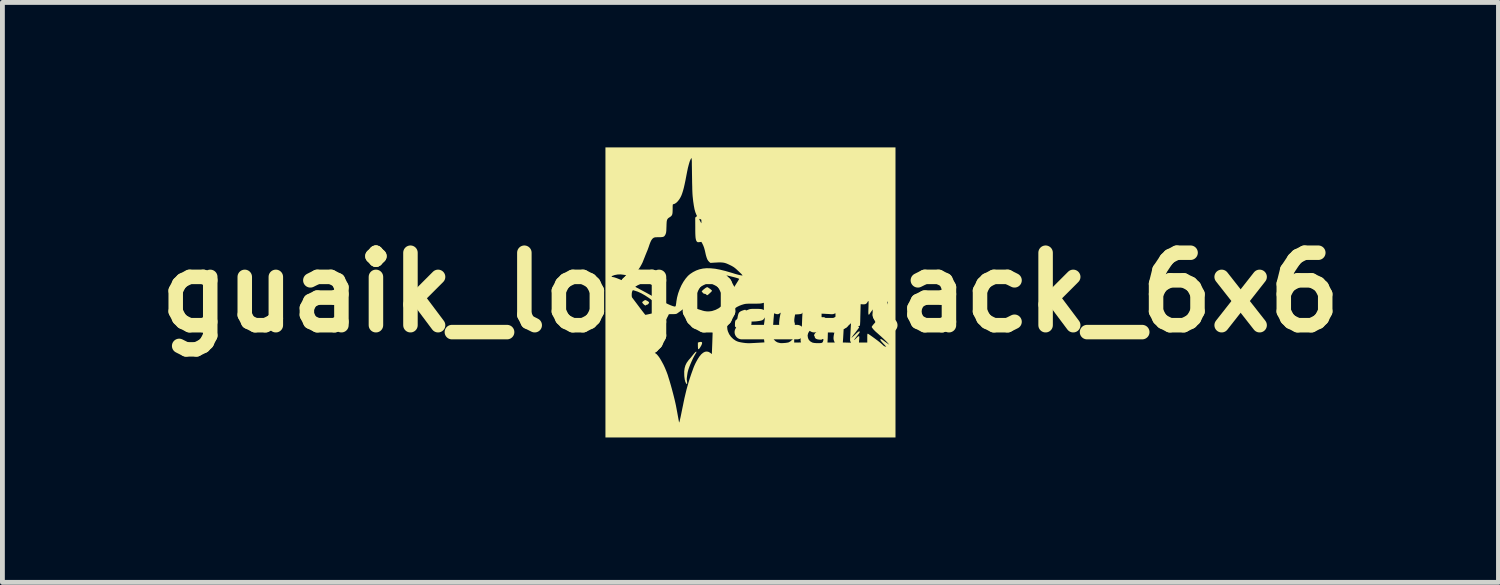
<source format=kicad_pcb>
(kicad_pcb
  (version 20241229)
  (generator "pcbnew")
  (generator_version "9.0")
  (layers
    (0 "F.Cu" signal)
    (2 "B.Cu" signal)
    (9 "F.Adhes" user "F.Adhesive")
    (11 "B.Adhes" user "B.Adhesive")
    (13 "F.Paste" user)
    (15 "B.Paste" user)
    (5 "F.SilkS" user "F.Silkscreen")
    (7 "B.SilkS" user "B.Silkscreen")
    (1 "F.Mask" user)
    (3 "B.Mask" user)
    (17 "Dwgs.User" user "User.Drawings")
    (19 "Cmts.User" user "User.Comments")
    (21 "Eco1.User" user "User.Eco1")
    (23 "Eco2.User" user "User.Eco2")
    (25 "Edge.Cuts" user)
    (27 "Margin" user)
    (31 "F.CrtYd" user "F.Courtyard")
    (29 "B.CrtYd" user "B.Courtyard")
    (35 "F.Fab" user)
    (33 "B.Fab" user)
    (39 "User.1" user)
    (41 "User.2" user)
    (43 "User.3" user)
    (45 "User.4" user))
  (footprint "guaik_logo_black_6x6"
    (layer "F.Cu")
    (at 12.479 3.001)
    (property "Reference" "guaik_logo_black_6x6" (at 0 0 0) (layer "F.SilkS") (effects (font (size 1.5 1.5) (thickness 0.3))))
    (attr board_only exclude_from_pos_files exclude_from_bom)
    (fp_poly (pts (xy -1.011 1.026) (xy -1.001 1.038) (xy -1.002 1.06) (xy -1.014 1.091) (xy -1.036 1.13) (xy -1.036 1.13) (xy -1.055 1.158) (xy -1.069 1.173) (xy -1.079 1.174) (xy -1.085 1.162) (xy -1.087 1.137) (xy -1.088 1.107) (xy -1.088 1.038) (xy -1.062 1.029) (xy -1.032 1.023)) (stroke (width 0) (type solid)) (fill yes) (layer "F.SilkS"))
    (fp_poly (pts (xy -2.168 0.16) (xy -2.149 0.168) (xy -2.128 0.18) (xy -2.109 0.193) (xy -2.099 0.205) (xy -2.099 0.216) (xy -2.108 0.231) (xy -2.122 0.246) (xy -2.137 0.254) (xy -2.143 0.256) (xy -2.157 0.258) (xy -2.161 0.263) (xy -2.166 0.27) (xy -2.178 0.269) (xy -2.195 0.259) (xy -2.213 0.243) (xy -2.215 0.241) (xy -2.23 0.224) (xy -2.239 0.21) (xy -2.241 0.205) (xy -2.236 0.196) (xy -2.222 0.184) (xy -2.204 0.171) (xy -2.187 0.161) (xy -2.181 0.158)) (stroke (width 0) (type solid)) (fill yes) (layer "F.SilkS"))
    (fp_poly (pts (xy -0.884 -0.105) (xy -0.866 -0.094) (xy -0.844 -0.079) (xy -0.823 -0.063) (xy -0.806 -0.048) (xy -0.797 -0.037) (xy -0.796 -0.034) (xy -0.801 -0.025) (xy -0.814 -0.01) (xy -0.833 0.008) (xy -0.854 0.027) (xy -0.873 0.044) (xy -0.889 0.055) (xy -0.896 0.058) (xy -0.907 0.053) (xy -0.914 0.044) (xy -0.93 0.032) (xy -0.947 0.029) (xy -0.965 0.026) (xy -0.981 0.014) (xy -0.99 0.003) (xy -1.01 -0.022) (xy -0.992 -0.041) (xy -0.973 -0.059) (xy -0.95 -0.077) (xy -0.927 -0.094) (xy -0.907 -0.105) (xy -0.895 -0.11)) (stroke (width 0) (type solid)) (fill yes) (layer "F.SilkS"))
    (fp_poly (pts (xy -1.119 1.228) (xy -1.118 1.236) (xy -1.125 1.25) (xy -1.138 1.271) (xy -1.163 1.314) (xy -1.19 1.366) (xy -1.217 1.425) (xy -1.243 1.485) (xy -1.266 1.543) (xy -1.285 1.596) (xy -1.295 1.632) (xy -1.301 1.658) (xy -1.306 1.689) (xy -1.311 1.723) (xy -1.315 1.756) (xy -1.318 1.783) (xy -1.318 1.802) (xy -1.318 1.806) (xy -1.316 1.818) (xy -1.313 1.838) (xy -1.311 1.856) (xy -1.31 1.883) (xy -1.313 1.896) (xy -1.32 1.896) (xy -1.332 1.881) (xy -1.333 1.88) (xy -1.349 1.847) (xy -1.36 1.801) (xy -1.368 1.743) (xy -1.37 1.712) (xy -1.371 1.636) (xy -1.363 1.57) (xy -1.347 1.512) (xy -1.321 1.458) (xy -1.284 1.406) (xy -1.274 1.394) (xy -1.25 1.367) (xy -1.222 1.333) (xy -1.195 1.299) (xy -1.185 1.287) (xy -1.165 1.262) (xy -1.146 1.242) (xy -1.133 1.23) (xy -1.127 1.227)) (stroke (width 0) (type solid)) (fill yes) (layer "F.SilkS"))
    (fp_poly (pts (xy 3.001 0) (xy 3.001 3.001) (xy 0 3.001) (xy -3.001 3.001) (xy -3.001 1.254) (xy -2.15 1.254) (xy -2.143 1.253) (xy -2.127 1.246) (xy -2.118 1.242) (xy -2.077 1.228) (xy -2.034 1.229) (xy -1.992 1.243) (xy -1.95 1.271) (xy -1.932 1.288) (xy -1.902 1.324) (xy -1.869 1.372) (xy -1.836 1.429) (xy -1.802 1.492) (xy -1.77 1.56) (xy -1.741 1.63) (xy -1.715 1.699) (xy -1.713 1.705) (xy -1.694 1.767) (xy -1.672 1.837) (xy -1.65 1.913) (xy -1.628 1.992) (xy -1.607 2.071) (xy -1.587 2.148) (xy -1.569 2.221) (xy -1.554 2.286) (xy -1.542 2.341) (xy -1.538 2.362) (xy -1.527 2.421) (xy -1.516 2.479) (xy -1.506 2.534) (xy -1.497 2.583) (xy -1.489 2.626) (xy -1.483 2.66) (xy -1.479 2.682) (xy -1.477 2.69) (xy -1.475 2.691) (xy -1.471 2.681) (xy -1.464 2.658) (xy -1.456 2.622) (xy -1.445 2.573) (xy -1.432 2.51) (xy -1.43 2.5) (xy -1.418 2.441) (xy -1.406 2.382) (xy -1.394 2.326) (xy -1.384 2.275) (xy -1.375 2.233) (xy -1.369 2.203) (xy -1.369 2.202) (xy -1.349 2.117) (xy -1.327 2.025) (xy -1.301 1.93) (xy -1.274 1.837) (xy -1.246 1.75) (xy -1.223 1.682) (xy -1.21 1.646) (xy -1.197 1.61) (xy -1.186 1.579) (xy -1.182 1.567) (xy -1.165 1.525) (xy -1.143 1.476) (xy -1.116 1.424) (xy -1.088 1.375) (xy -1.061 1.333) (xy -1.059 1.33) (xy -1.02 1.282) (xy -0.98 1.248) (xy -0.941 1.228) (xy -0.901 1.223) (xy -0.862 1.232) (xy -0.825 1.255) (xy -0.799 1.276) (xy -0.79 1.045) (xy -0.788 0.984) (xy -0.786 0.923) (xy -0.784 0.866) (xy -0.782 0.814) (xy -0.782 0.771) (xy -0.781 0.74) (xy -0.781 0.733) (xy -0.781 0.694) (xy -0.482 0.694) (xy -0.481 0.726) (xy -0.479 0.751) (xy -0.476 0.772) (xy -0.47 0.794) (xy -0.467 0.805) (xy -0.441 0.864) (xy -0.403 0.918) (xy -0.356 0.964) (xy -0.303 1) (xy -0.272 1.014) (xy -0.241 1.024) (xy -0.199 1.033) (xy -0.153 1.041) (xy -0.106 1.047) (xy -0.063 1.05) (xy -0.055 1.051) (xy -0.034 1.051) (xy -0.001 1.05) (xy 0.04 1.048) (xy 0.086 1.046) (xy 0.134 1.043) (xy 0.139 1.043) (xy 0.289 1.034) (xy 0.283 0.99) (xy 0.281 0.965) (xy 0.278 0.931) (xy 0.275 0.89) (xy 0.274 0.862) (xy 0.461 0.862) (xy 0.463 0.909) (xy 0.471 0.947) (xy 0.487 0.977) (xy 0.512 1.004) (xy 0.513 1.005) (xy 0.536 1.021) (xy 0.56 1.034) (xy 0.568 1.036) (xy 0.59 1.042) (xy 0.608 1.046) (xy 0.61 1.047) (xy 0.629 1.049) (xy 0.659 1.049) (xy 0.694 1.047) (xy 0.73 1.044) (xy 0.763 1.039) (xy 0.787 1.034) (xy 0.79 1.033) (xy 0.825 1.014) (xy 0.858 0.985) (xy 0.876 0.967) (xy 0.89 0.954) (xy 0.898 0.949) (xy 0.902 0.956) (xy 0.905 0.973) (xy 0.905 0.993) (xy 0.905 1.037) (xy 0.98 1.037) (xy 1.014 1.036) (xy 1.035 1.035) (xy 1.046 1.033) (xy 1.046 1.029) (xy 1.045 1.028) (xy 1.039 1.013) (xy 1.037 0.988) (xy 1.039 0.955) (xy 1.044 0.917) (xy 1.047 0.904) (xy 1.048 0.896) (xy 1.183 0.896) (xy 1.19 0.942) (xy 1.208 0.982) (xy 1.238 1.013) (xy 1.276 1.035) (xy 1.294 1.041) (xy 1.323 1.046) (xy 1.361 1.049) (xy 1.401 1.05) (xy 1.438 1.049) (xy 1.468 1.046) (xy 1.47 1.045) (xy 1.488 1.037) (xy 1.499 1.019) (xy 1.501 1.015) (xy 1.509 0.988) (xy 1.51 0.972) (xy 1.502 0.964) (xy 1.497 0.964) (xy 1.485 0.967) (xy 1.482 0.971) (xy 1.475 0.976) (xy 1.458 0.978) (xy 1.433 0.977) (xy 1.404 0.974) (xy 1.387 0.971) (xy 1.357 0.96) (xy 1.337 0.942) (xy 1.329 0.919) (xy 1.329 0.916) (xy 1.325 0.902) (xy 1.32 0.896) (xy 1.315 0.891) (xy 1.318 0.878) (xy 1.321 0.87) (xy 1.337 0.845) (xy 1.36 0.822) (xy 1.386 0.808) (xy 1.391 0.806) (xy 1.406 0.797) (xy 1.409 0.788) (xy 1.411 0.779) (xy 1.42 0.775) (xy 1.44 0.774) (xy 1.444 0.774) (xy 1.476 0.771) (xy 1.512 0.762) (xy 1.547 0.75) (xy 1.575 0.737) (xy 1.579 0.734) (xy 1.592 0.726) (xy 1.6 0.723) (xy 1.601 0.73) (xy 1.602 0.749) (xy 1.602 0.777) (xy 1.602 0.813) (xy 1.601 0.853) (xy 1.6 0.895) (xy 1.599 0.936) (xy 1.597 0.974) (xy 1.596 0.995) (xy 1.593 1.037) (xy 1.669 1.037) (xy 1.745 1.037) (xy 1.745 1.036) (xy 1.911 1.036) (xy 1.994 1.038) (xy 2.027 1.039) (xy 2.054 1.039) (xy 2.073 1.039) (xy 2.08 1.039) (xy 2.078 1.033) (xy 2.07 1.02) (xy 2.063 1.004) (xy 2.061 0.982) (xy 2.062 0.956) (xy 2.063 0.945) (xy 2.087 0.945) (xy 2.118 0.916) (xy 2.14 0.897) (xy 2.166 0.872) (xy 2.192 0.847) (xy 2.195 0.844) (xy 2.223 0.82) (xy 2.242 0.807) (xy 2.252 0.806) (xy 2.259 0.809) (xy 2.262 0.813) (xy 2.261 0.821) (xy 2.256 0.832) (xy 2.244 0.85) (xy 2.225 0.875) (xy 2.198 0.909) (xy 2.181 0.931) (xy 2.159 0.96) (xy 2.147 0.978) (xy 2.145 0.985) (xy 2.153 0.981) (xy 2.17 0.966) (xy 2.194 0.942) (xy 2.218 0.919) (xy 2.235 0.907) (xy 2.246 0.906) (xy 2.251 0.911) (xy 2.252 0.92) (xy 2.252 0.94) (xy 2.25 0.967) (xy 2.249 0.977) (xy 2.245 1.037) (xy 2.331 1.037) (xy 2.417 1.037) (xy 2.417 0.945) (xy 2.417 0.906) (xy 2.418 0.879) (xy 2.42 0.863) (xy 2.423 0.856) (xy 2.427 0.854) (xy 2.433 0.856) (xy 2.445 0.863) (xy 2.463 0.875) (xy 2.489 0.893) (xy 2.524 0.918) (xy 2.568 0.95) (xy 2.622 0.99) (xy 2.635 1) (xy 2.666 1.024) (xy 2.698 1.051) (xy 2.726 1.076) (xy 2.73 1.08) (xy 2.751 1.1) (xy 2.769 1.113) (xy 2.782 1.118) (xy 2.783 1.118) (xy 2.796 1.121) (xy 2.8 1.124) (xy 2.807 1.129) (xy 2.809 1.128) (xy 2.806 1.122) (xy 2.795 1.107) (xy 2.777 1.087) (xy 2.758 1.068) (xy 2.727 1.034) (xy 2.705 1.009) (xy 2.692 0.99) (xy 2.687 0.975) (xy 2.687 0.972) (xy 2.692 0.964) (xy 2.706 0.967) (xy 2.729 0.979) (xy 2.751 0.995) (xy 2.78 1.017) (xy 2.812 1.04) (xy 2.833 1.055) (xy 2.873 1.084) (xy 2.849 1.055) (xy 2.832 1.036) (xy 2.807 1.01) (xy 2.775 0.979) (xy 2.739 0.945) (xy 2.702 0.911) (xy 2.666 0.879) (xy 2.634 0.85) (xy 2.622 0.84) (xy 2.587 0.809) (xy 2.553 0.775) (xy 2.525 0.741) (xy 2.509 0.717) (xy 2.511 0.707) (xy 2.524 0.688) (xy 2.546 0.66) (xy 2.561 0.644) (xy 2.618 0.578) (xy 2.67 0.514) (xy 2.716 0.454) (xy 2.754 0.4) (xy 2.783 0.352) (xy 2.798 0.322) (xy 2.809 0.295) (xy 2.82 0.266) (xy 2.83 0.237) (xy 2.838 0.211) (xy 2.843 0.193) (xy 2.844 0.184) (xy 2.844 0.184) (xy 2.839 0.189) (xy 2.828 0.202) (xy 2.814 0.223) (xy 2.807 0.233) (xy 2.785 0.263) (xy 2.769 0.281) (xy 2.759 0.285) (xy 2.749 0.284) (xy 2.746 0.278) (xy 2.751 0.266) (xy 2.757 0.254) (xy 2.766 0.234) (xy 2.775 0.21) (xy 2.784 0.186) (xy 2.791 0.165) (xy 2.794 0.151) (xy 2.793 0.148) (xy 2.788 0.152) (xy 2.775 0.165) (xy 2.759 0.184) (xy 2.753 0.191) (xy 2.732 0.216) (xy 2.714 0.238) (xy 2.7 0.254) (xy 2.698 0.256) (xy 2.687 0.269) (xy 2.67 0.291) (xy 2.65 0.318) (xy 2.64 0.331) (xy 2.615 0.364) (xy 2.596 0.384) (xy 2.582 0.394) (xy 2.574 0.393) (xy 2.573 0.393) (xy 2.574 0.385) (xy 2.579 0.367) (xy 2.588 0.342) (xy 2.591 0.335) (xy 2.606 0.296) (xy 2.616 0.268) (xy 2.62 0.253) (xy 2.619 0.248) (xy 2.614 0.254) (xy 2.602 0.268) (xy 2.587 0.289) (xy 2.584 0.293) (xy 2.567 0.315) (xy 2.553 0.332) (xy 2.545 0.341) (xy 2.544 0.342) (xy 2.536 0.35) (xy 2.522 0.366) (xy 2.506 0.387) (xy 2.489 0.41) (xy 2.474 0.431) (xy 2.464 0.447) (xy 2.46 0.454) (xy 2.454 0.459) (xy 2.449 0.46) (xy 2.445 0.459) (xy 2.442 0.454) (xy 2.44 0.443) (xy 2.439 0.425) (xy 2.439 0.398) (xy 2.44 0.36) (xy 2.442 0.312) (xy 2.443 0.26) (xy 2.444 0.222) (xy 2.444 0.196) (xy 2.442 0.182) (xy 2.439 0.177) (xy 2.433 0.181) (xy 2.425 0.193) (xy 2.415 0.211) (xy 2.397 0.232) (xy 2.372 0.244) (xy 2.337 0.247) (xy 2.321 0.246) (xy 2.28 0.243) (xy 2.275 0.437) (xy 2.273 0.505) (xy 2.272 0.559) (xy 2.271 0.602) (xy 2.269 0.634) (xy 2.268 0.658) (xy 2.266 0.674) (xy 2.264 0.684) (xy 2.261 0.689) (xy 2.257 0.692) (xy 2.253 0.693) (xy 2.247 0.693) (xy 2.246 0.694) (xy 2.232 0.697) (xy 2.23 0.701) (xy 2.237 0.707) (xy 2.246 0.718) (xy 2.249 0.723) (xy 2.245 0.73) (xy 2.233 0.747) (xy 2.217 0.769) (xy 2.198 0.794) (xy 2.178 0.821) (xy 2.159 0.845) (xy 2.144 0.864) (xy 2.136 0.873) (xy 2.125 0.888) (xy 2.11 0.908) (xy 2.105 0.916) (xy 2.087 0.945) (xy 2.063 0.945) (xy 2.063 0.934) (xy 2.065 0.9) (xy 2.068 0.859) (xy 2.07 0.812) (xy 2.073 0.763) (xy 2.073 0.759) (xy 2.076 0.709) (xy 2.079 0.658) (xy 2.082 0.611) (xy 2.085 0.571) (xy 2.088 0.542) (xy 2.092 0.503) (xy 2.095 0.477) (xy 2.094 0.461) (xy 2.089 0.453) (xy 2.08 0.45) (xy 2.064 0.452) (xy 2.046 0.454) (xy 2.015 0.457) (xy 1.985 0.458) (xy 1.966 0.457) (xy 1.935 0.453) (xy 1.935 0.55) (xy 1.934 0.599) (xy 1.932 0.66) (xy 1.93 0.728) (xy 1.926 0.8) (xy 1.922 0.871) (xy 1.918 0.939) (xy 1.916 0.972) (xy 1.911 1.036) (xy 1.745 1.036) (xy 1.734 1.014) (xy 1.722 0.982) (xy 1.718 0.944) (xy 1.722 0.898) (xy 1.733 0.843) (xy 1.734 0.84) (xy 1.741 0.813) (xy 1.746 0.788) (xy 1.749 0.763) (xy 1.752 0.735) (xy 1.754 0.701) (xy 1.756 0.658) (xy 1.758 0.604) (xy 1.758 0.597) (xy 1.759 0.549) (xy 1.759 0.507) (xy 1.759 0.472) (xy 1.759 0.447) (xy 1.759 0.433) (xy 1.758 0.431) (xy 1.75 0.434) (xy 1.734 0.441) (xy 1.731 0.442) (xy 1.71 0.449) (xy 1.684 0.451) (xy 1.663 0.45) (xy 1.638 0.448) (xy 1.604 0.446) (xy 1.563 0.444) (xy 1.52 0.441) (xy 1.509 0.441) (xy 1.465 0.439) (xy 1.433 0.436) (xy 1.412 0.434) (xy 1.401 0.43) (xy 1.397 0.426) (xy 1.39 0.42) (xy 1.384 0.423) (xy 1.372 0.43) (xy 1.352 0.438) (xy 1.343 0.442) (xy 1.32 0.451) (xy 1.302 0.462) (xy 1.298 0.465) (xy 1.282 0.486) (xy 1.27 0.513) (xy 1.263 0.539) (xy 1.263 0.545) (xy 1.265 0.557) (xy 1.273 0.558) (xy 1.281 0.555) (xy 1.295 0.552) (xy 1.32 0.547) (xy 1.352 0.543) (xy 1.378 0.54) (xy 1.412 0.536) (xy 1.442 0.53) (xy 1.464 0.525) (xy 1.473 0.521) (xy 1.498 0.512) (xy 1.524 0.513) (xy 1.546 0.524) (xy 1.548 0.526) (xy 1.564 0.537) (xy 1.577 0.54) (xy 1.592 0.547) (xy 1.602 0.565) (xy 1.605 0.592) (xy 1.603 0.609) (xy 1.597 0.631) (xy 1.586 0.648) (xy 1.568 0.661) (xy 1.539 0.673) (xy 1.509 0.682) (xy 1.48 0.691) (xy 1.453 0.7) (xy 1.437 0.706) (xy 1.407 0.713) (xy 1.382 0.714) (xy 1.36 0.714) (xy 1.337 0.72) (xy 1.314 0.731) (xy 1.26 0.765) (xy 1.22 0.801) (xy 1.195 0.84) (xy 1.184 0.882) (xy 1.183 0.896) (xy 1.048 0.896) (xy 1.05 0.883) (xy 1.054 0.849) (xy 1.057 0.805) (xy 1.061 0.753) (xy 1.064 0.694) (xy 1.066 0.65) (xy 1.068 0.595) (xy 1.07 0.545) (xy 1.072 0.5) (xy 1.074 0.464) (xy 1.075 0.438) (xy 1.076 0.424) (xy 1.076 0.423) (xy 1.077 0.414) (xy 1.075 0.417) (xy 1.068 0.432) (xy 1.054 0.442) (xy 1.031 0.448) (xy 0.995 0.452) (xy 0.986 0.453) (xy 0.924 0.456) (xy 0.918 0.486) (xy 0.911 0.527) (xy 0.907 0.565) (xy 0.907 0.597) (xy 0.911 0.62) (xy 0.913 0.624) (xy 0.919 0.649) (xy 0.917 0.677) (xy 0.913 0.703) (xy 0.91 0.735) (xy 0.907 0.776) (xy 0.903 0.826) (xy 0.894 0.854) (xy 0.875 0.878) (xy 0.848 0.893) (xy 0.842 0.895) (xy 0.827 0.904) (xy 0.82 0.914) (xy 0.813 0.923) (xy 0.798 0.927) (xy 0.788 0.927) (xy 0.765 0.929) (xy 0.747 0.935) (xy 0.745 0.936) (xy 0.732 0.94) (xy 0.718 0.935) (xy 0.713 0.932) (xy 0.691 0.923) (xy 0.672 0.92) (xy 0.656 0.918) (xy 0.65 0.912) (xy 0.65 0.912) (xy 0.645 0.903) (xy 0.632 0.888) (xy 0.621 0.876) (xy 0.602 0.856) (xy 0.593 0.84) (xy 0.593 0.824) (xy 0.599 0.805) (xy 0.607 0.771) (xy 0.606 0.731) (xy 0.599 0.698) (xy 0.594 0.67) (xy 0.593 0.631) (xy 0.597 0.583) (xy 0.604 0.528) (xy 0.613 0.48) (xy 0.626 0.417) (xy 0.602 0.435) (xy 0.576 0.449) (xy 0.549 0.451) (xy 0.516 0.442) (xy 0.516 0.442) (xy 0.491 0.431) (xy 0.486 0.462) (xy 0.484 0.484) (xy 0.481 0.518) (xy 0.477 0.561) (xy 0.474 0.609) (xy 0.47 0.661) (xy 0.467 0.713) (xy 0.464 0.763) (xy 0.462 0.806) (xy 0.461 0.842) (xy 0.461 0.862) (xy 0.274 0.862) (xy 0.273 0.849) (xy 0.273 0.847) (xy 0.272 0.814) (xy 0.271 0.786) (xy 0.272 0.758) (xy 0.274 0.729) (xy 0.277 0.695) (xy 0.281 0.655) (xy 0.288 0.606) (xy 0.296 0.545) (xy 0.296 0.544) (xy 0.3 0.515) (xy 0.286 0.538) (xy 0.269 0.558) (xy 0.248 0.573) (xy 0.247 0.574) (xy 0.226 0.581) (xy 0.195 0.588) (xy 0.157 0.594) (xy 0.115 0.599) (xy 0.075 0.601) (xy 0.06 0.602) (xy 0.022 0.602) (xy 0.022 0.629) (xy 0.02 0.653) (xy 0.015 0.675) (xy 0.014 0.676) (xy 0.01 0.689) (xy 0.014 0.692) (xy 0.017 0.691) (xy 0.03 0.689) (xy 0.052 0.685) (xy 0.078 0.682) (xy 0.129 0.677) (xy 0.152 0.704) (xy 0.173 0.738) (xy 0.182 0.779) (xy 0.178 0.824) (xy 0.163 0.871) (xy 0.156 0.884) (xy 0.141 0.907) (xy 0.129 0.918) (xy 0.12 0.92) (xy 0.103 0.923) (xy 0.081 0.93) (xy 0.076 0.932) (xy 0.05 0.939) (xy 0.02 0.941) (xy -0.009 0.938) (xy -0.036 0.932) (xy -0.056 0.923) (xy -0.065 0.911) (xy -0.066 0.908) (xy -0.07 0.9) (xy -0.076 0.901) (xy -0.089 0.904) (xy -0.111 0.909) (xy -0.13 0.913) (xy -0.156 0.918) (xy -0.175 0.918) (xy -0.19 0.913) (xy -0.194 0.912) (xy -0.218 0.893) (xy -0.236 0.865) (xy -0.246 0.831) (xy -0.247 0.81) (xy -0.246 0.793) (xy -0.249 0.779) (xy -0.258 0.766) (xy -0.275 0.749) (xy -0.283 0.741) (xy -0.321 0.704) (xy -0.321 0.655) (xy -0.319 0.615) (xy -0.313 0.587) (xy -0.302 0.57) (xy -0.29 0.563) (xy -0.281 0.557) (xy -0.274 0.546) (xy -0.268 0.526) (xy -0.265 0.505) (xy -0.256 0.464) (xy -0.246 0.434) (xy -0.232 0.412) (xy -0.21 0.395) (xy -0.18 0.38) (xy -0.137 0.365) (xy -0.135 0.365) (xy -0.116 0.36) (xy -0.106 0.36) (xy -0.1 0.366) (xy -0.094 0.371) (xy -0.085 0.372) (xy -0.068 0.366) (xy -0.048 0.358) (xy -0.03 0.351) (xy -0.014 0.346) (xy 0.004 0.343) (xy 0.027 0.341) (xy 0.057 0.34) (xy 0.097 0.34) (xy 0.11 0.34) (xy 0.157 0.34) (xy 0.192 0.342) (xy 0.218 0.344) (xy 0.237 0.348) (xy 0.25 0.352) (xy 0.277 0.364) (xy 0.277 0.338) (xy 1.942 0.338) (xy 1.991 0.333) (xy 2.022 0.331) (xy 2.05 0.329) (xy 2.068 0.329) (xy 2.095 0.329) (xy 2.095 0.27) (xy 2.095 0.211) (xy 2.079 0.222) (xy 2.063 0.229) (xy 2.037 0.233) (xy 2.002 0.234) (xy 1.942 0.234) (xy 1.942 0.286) (xy 1.942 0.338) (xy 0.277 0.338) (xy 0.277 0.289) (xy 0.277 0.214) (xy 0.239 0.224) (xy 0.217 0.228) (xy 0.185 0.231) (xy 0.141 0.232) (xy 0.085 0.233) (xy 0.055 0.232) (xy 0.003 0.232) (xy -0.038 0.233) (xy -0.069 0.234) (xy -0.094 0.236) (xy -0.115 0.239) (xy -0.136 0.244) (xy -0.147 0.247) (xy -0.189 0.26) (xy -0.231 0.277) (xy -0.27 0.296) (xy -0.302 0.315) (xy -0.314 0.324) (xy -0.36 0.367) (xy -0.397 0.408) (xy -0.426 0.449) (xy -0.446 0.485) (xy -0.478 0.55) (xy -0.481 0.652) (xy -0.482 0.694) (xy -0.781 0.694) (xy -0.781 0.652) (xy -0.882 0.621) (xy -0.936 0.603) (xy -0.995 0.583) (xy -1.055 0.56) (xy -1.114 0.538) (xy -1.168 0.515) (xy -1.216 0.494) (xy -1.253 0.476) (xy -1.265 0.47) (xy -1.314 0.439) (xy -1.353 0.405) (xy -1.38 0.374) (xy -1.399 0.35) (xy -1.452 0.389) (xy -1.478 0.407) (xy -1.501 0.424) (xy -1.517 0.435) (xy -1.521 0.438) (xy -1.533 0.443) (xy -1.553 0.447) (xy -1.583 0.449) (xy -1.615 0.449) (xy -1.651 0.449) (xy -1.674 0.45) (xy -1.687 0.453) (xy -1.693 0.457) (xy -1.694 0.46) (xy -1.698 0.471) (xy -1.708 0.492) (xy -1.723 0.52) (xy -1.741 0.554) (xy -1.762 0.589) (xy -1.783 0.624) (xy -1.803 0.656) (xy -1.821 0.683) (xy -1.831 0.697) (xy -1.847 0.72) (xy -1.86 0.739) (xy -1.867 0.751) (xy -1.868 0.752) (xy -1.874 0.764) (xy -1.888 0.783) (xy -1.905 0.807) (xy -1.924 0.831) (xy -1.941 0.851) (xy -1.953 0.865) (xy -1.967 0.88) (xy -1.985 0.9) (xy -2.004 0.922) (xy -2.022 0.944) (xy -2.036 0.962) (xy -2.044 0.972) (xy -2.044 0.974) (xy -2.048 0.982) (xy -2.059 0.997) (xy -2.067 1.007) (xy -2.078 1.024) (xy -2.09 1.049) (xy -2.102 1.084) (xy -2.117 1.129) (xy -2.121 1.144) (xy -2.132 1.181) (xy -2.14 1.213) (xy -2.147 1.238) (xy -2.15 1.252) (xy -2.15 1.254) (xy -3.001 1.254) (xy -3.001 0.607) (xy -2.054 0.607) (xy -2.047 0.613) (xy -2.028 0.62) (xy -2.025 0.622) (xy -2.003 0.629) (xy -1.987 0.634) (xy -1.982 0.635) (xy -1.974 0.63) (xy -1.959 0.616) (xy -1.937 0.596) (xy -1.911 0.571) (xy -1.898 0.558) (xy -1.822 0.48) (xy -1.931 0.536) (xy -1.968 0.555) (xy -2.001 0.573) (xy -2.027 0.587) (xy -2.045 0.597) (xy -2.05 0.601) (xy -2.054 0.607) (xy -3.001 0.607) (xy -3.001 0) (xy -3.001 -0.062) (xy -2.579 -0.062) (xy -2.536 -0.007) (xy -2.521 0.012) (xy -2.498 0.041) (xy -2.47 0.078) (xy -2.437 0.121) (xy -2.402 0.168) (xy -2.364 0.218) (xy -2.344 0.245) (xy -2.302 0.301) (xy -2.267 0.348) (xy -2.239 0.384) (xy -2.217 0.412) (xy -2.201 0.433) (xy -2.189 0.448) (xy -2.181 0.457) (xy -2.175 0.462) (xy -2.171 0.464) (xy -2.168 0.464) (xy -2.166 0.464) (xy -2.157 0.461) (xy -2.135 0.457) (xy -2.104 0.45) (xy -2.064 0.441) (xy -2.018 0.431) (xy -1.982 0.423) (xy -1.933 0.413) (xy -1.888 0.403) (xy -1.85 0.395) (xy -1.821 0.388) (xy -1.802 0.384) (xy -1.796 0.382) (xy -1.794 0.377) (xy -1.803 0.365) (xy -1.822 0.345) (xy -1.824 0.343) (xy -1.239 0.343) (xy -1.235 0.347) (xy -1.223 0.357) (xy -1.204 0.371) (xy -1.183 0.387) (xy -1.163 0.403) (xy -1.145 0.415) (xy -1.135 0.422) (xy -1.133 0.423) (xy -1.126 0.42) (xy -1.111 0.413) (xy -1.109 0.412) (xy -1.095 0.404) (xy -1.089 0.398) (xy -1.089 0.398) (xy -1.097 0.394) (xy -1.114 0.388) (xy -1.139 0.378) (xy -1.167 0.368) (xy -1.194 0.358) (xy -1.218 0.35) (xy -1.234 0.345) (xy -1.239 0.343) (xy -1.824 0.343) (xy -1.84 0.328) (xy -1.929 0.249) (xy -2.017 0.177) (xy -2.102 0.114) (xy -2.183 0.061) (xy -2.259 0.018) (xy -2.329 -0.014) (xy -2.331 -0.015) (xy -2.382 -0.032) (xy -2.432 -0.047) (xy -2.479 -0.057) (xy -2.519 -0.063) (xy -2.546 -0.064) (xy -2.579 -0.062) (xy -3.001 -0.062) (xy -3.001 -0.327) (xy -2.874 -0.327) (xy -2.863 -0.321) (xy -2.846 -0.318) (xy -2.811 -0.31) (xy -2.764 -0.294) (xy -2.706 -0.271) (xy -2.638 -0.241) (xy -2.56 -0.204) (xy -2.474 -0.161) (xy -2.379 -0.113) (xy -2.276 -0.058) (xy -2.166 0.001) (xy -2.052 0.064) (xy -1.972 0.108) (xy -1.896 0.149) (xy -1.825 0.185) (xy -1.76 0.217) (xy -1.702 0.244) (xy -1.652 0.266) (xy -1.612 0.281) (xy -1.582 0.29) (xy -1.568 0.292) (xy -1.553 0.289) (xy -1.546 0.277) (xy -1.545 0.272) (xy -1.542 0.255) (xy -1.542 0.253) (xy -1.38 0.253) (xy -1.236 0.299) (xy -1.169 0.32) (xy -1.114 0.338) (xy -1.071 0.351) (xy -1.036 0.362) (xy -1.009 0.37) (xy -0.989 0.377) (xy -0.973 0.381) (xy -0.96 0.384) (xy -0.953 0.386) (xy -0.906 0.392) (xy -0.853 0.392) (xy -0.801 0.386) (xy -0.79 0.383) (xy -0.72 0.36) (xy -0.657 0.327) (xy -0.611 0.292) (xy -0.594 0.275) (xy -0.575 0.254) (xy -0.555 0.228) (xy -0.532 0.195) (xy -0.505 0.155) (xy -0.472 0.104) (xy -0.443 0.057) (xy -0.426 0.029) (xy -0.403 -0.008) (xy -0.376 -0.05) (xy -0.347 -0.096) (xy -0.319 -0.14) (xy -0.317 -0.142) (xy -0.293 -0.181) (xy -0.271 -0.216) (xy -0.253 -0.245) (xy -0.241 -0.266) (xy -0.234 -0.278) (xy -0.234 -0.279) (xy -0.24 -0.284) (xy -0.259 -0.292) (xy -0.288 -0.301) (xy -0.324 -0.311) (xy -0.366 -0.322) (xy -0.41 -0.333) (xy -0.456 -0.344) (xy -0.501 -0.353) (xy -0.542 -0.361) (xy -0.569 -0.365) (xy -0.638 -0.373) (xy -0.711 -0.377) (xy -0.783 -0.378) (xy -0.852 -0.376) (xy -0.911 -0.371) (xy -0.931 -0.369) (xy -0.999 -0.356) (xy -1.055 -0.34) (xy -1.104 -0.319) (xy -1.148 -0.292) (xy -1.193 -0.256) (xy -1.229 -0.222) (xy -1.261 -0.19) (xy -1.283 -0.163) (xy -1.301 -0.137) (xy -1.317 -0.107) (xy -1.321 -0.1) (xy -1.344 -0.04) (xy -1.363 0.029) (xy -1.375 0.103) (xy -1.38 0.175) (xy -1.38 0.184) (xy -1.38 0.253) (xy -1.542 0.253) (xy -1.538 0.229) (xy -1.534 0.199) (xy -1.534 0.193) (xy -1.519 0.106) (xy -1.496 0.019) (xy -1.465 -0.066) (xy -1.429 -0.147) (xy -1.387 -0.221) (xy -1.341 -0.287) (xy -1.293 -0.343) (xy -1.25 -0.38) (xy -1.188 -0.421) (xy -1.123 -0.454) (xy -1.056 -0.478) (xy -0.983 -0.494) (xy -0.906 -0.501) (xy -0.822 -0.499) (xy -0.73 -0.49) (xy -0.63 -0.471) (xy -0.52 -0.444) (xy -0.4 -0.409) (xy -0.376 -0.402) (xy -0.322 -0.385) (xy -0.272 -0.371) (xy -0.229 -0.36) (xy -0.193 -0.353) (xy -0.169 -0.35) (xy -0.167 -0.35) (xy -0.166 -0.354) (xy -0.174 -0.366) (xy -0.193 -0.387) (xy -0.224 -0.416) (xy -0.232 -0.424) (xy -0.269 -0.459) (xy -0.297 -0.485) (xy -0.321 -0.505) (xy -0.342 -0.521) (xy -0.363 -0.534) (xy -0.387 -0.548) (xy -0.417 -0.563) (xy -0.427 -0.568) (xy -0.468 -0.587) (xy -0.504 -0.602) (xy -0.538 -0.612) (xy -0.573 -0.618) (xy -0.613 -0.621) (xy -0.659 -0.621) (xy -0.716 -0.618) (xy -0.737 -0.617) (xy -0.829 -0.611) (xy -0.853 -0.631) (xy -0.874 -0.654) (xy -0.893 -0.684) (xy -0.908 -0.724) (xy -0.923 -0.775) (xy -0.93 -0.807) (xy -0.945 -0.873) (xy -0.96 -0.927) (xy -0.977 -0.971) (xy -0.994 -1.007) (xy -0.997 -1.013) (xy -1.016 -1.046) (xy -1.055 -1.041) (xy -1.079 -1.039) (xy -1.093 -1.04) (xy -1.104 -1.048) (xy -1.109 -1.052) (xy -1.118 -1.064) (xy -1.125 -1.081) (xy -1.131 -1.103) (xy -1.136 -1.131) (xy -1.139 -1.169) (xy -1.141 -1.216) (xy -1.142 -1.275) (xy -1.142 -1.347) (xy -1.142 -1.35) (xy -1.143 -1.517) (xy -1.059 -1.517) (xy -1.053 -1.501) (xy -1.043 -1.479) (xy -1.031 -1.456) (xy -1.022 -1.439) (xy -1.017 -1.431) (xy -1.017 -1.431) (xy -1.016 -1.438) (xy -1.015 -1.455) (xy -1.015 -1.47) (xy -1.016 -1.494) (xy -1.02 -1.508) (xy -1.027 -1.513) (xy -1.028 -1.513) (xy -1.046 -1.519) (xy -1.054 -1.522) (xy -1.059 -1.523) (xy -1.059 -1.517) (xy -1.143 -1.517) (xy -1.143 -1.549) (xy -1.124 -1.565) (xy -1.106 -1.58) (xy -1.122 -1.613) (xy -1.141 -1.661) (xy -1.158 -1.723) (xy -1.172 -1.798) (xy -1.185 -1.886) (xy -1.196 -1.986) (xy -1.198 -2.011) (xy -1.2 -2.04) (xy -1.202 -2.082) (xy -1.204 -2.134) (xy -1.205 -2.194) (xy -1.207 -2.261) (xy -1.208 -2.332) (xy -1.209 -2.405) (xy -1.21 -2.453) (xy -1.211 -2.532) (xy -1.212 -2.598) (xy -1.213 -2.652) (xy -1.213 -2.695) (xy -1.214 -2.727) (xy -1.216 -2.751) (xy -1.217 -2.767) (xy -1.219 -2.776) (xy -1.221 -2.78) (xy -1.223 -2.779) (xy -1.224 -2.778) (xy -1.241 -2.749) (xy -1.259 -2.705) (xy -1.276 -2.647) (xy -1.295 -2.574) (xy -1.313 -2.487) (xy -1.328 -2.409) (xy -1.346 -2.315) (xy -1.363 -2.235) (xy -1.379 -2.165) (xy -1.395 -2.106) (xy -1.411 -2.055) (xy -1.427 -2.011) (xy -1.445 -1.973) (xy -1.446 -1.971) (xy -1.472 -1.927) (xy -1.502 -1.888) (xy -1.533 -1.857) (xy -1.564 -1.836) (xy -1.593 -1.826) (xy -1.599 -1.825) (xy -1.604 -1.823) (xy -1.607 -1.816) (xy -1.609 -1.801) (xy -1.61 -1.776) (xy -1.61 -1.74) (xy -1.61 -1.732) (xy -1.611 -1.683) (xy -1.613 -1.645) (xy -1.618 -1.617) (xy -1.627 -1.596) (xy -1.641 -1.579) (xy -1.659 -1.564) (xy -1.669 -1.558) (xy -1.691 -1.544) (xy -1.707 -1.531) (xy -1.718 -1.516) (xy -1.726 -1.499) (xy -1.732 -1.475) (xy -1.735 -1.443) (xy -1.737 -1.401) (xy -1.738 -1.366) (xy -1.74 -1.317) (xy -1.741 -1.281) (xy -1.744 -1.254) (xy -1.747 -1.234) (xy -1.752 -1.218) (xy -1.757 -1.203) (xy -1.77 -1.18) (xy -1.783 -1.163) (xy -1.801 -1.152) (xy -1.826 -1.146) (xy -1.861 -1.143) (xy -1.898 -1.143) (xy -1.936 -1.142) (xy -1.964 -1.141) (xy -1.983 -1.138) (xy -1.997 -1.133) (xy -2.007 -1.128) (xy -2.029 -1.11) (xy -2.05 -1.082) (xy -2.069 -1.044) (xy -2.089 -0.992) (xy -2.095 -0.974) (xy -2.106 -0.941) (xy -2.117 -0.911) (xy -2.125 -0.889) (xy -2.128 -0.88) (xy -2.137 -0.859) (xy -2.149 -0.83) (xy -2.163 -0.795) (xy -2.178 -0.759) (xy -2.191 -0.725) (xy -2.203 -0.696) (xy -2.211 -0.675) (xy -2.214 -0.668) (xy -2.233 -0.62) (xy -2.258 -0.571) (xy -2.286 -0.522) (xy -2.317 -0.476) (xy -2.349 -0.435) (xy -2.379 -0.401) (xy -2.407 -0.376) (xy -2.427 -0.365) (xy -2.445 -0.362) (xy -2.474 -0.359) (xy -2.509 -0.358) (xy -2.546 -0.359) (xy -2.582 -0.36) (xy -2.613 -0.363) (xy -2.628 -0.366) (xy -2.686 -0.373) (xy -2.748 -0.371) (xy -2.809 -0.36) (xy -2.856 -0.343) (xy -2.872 -0.334) (xy -2.874 -0.327) (xy -3.001 -0.327) (xy -3.001 -3.001) (xy 0 -3.001) (xy 3.001 -3.001)) (stroke (width 0) (type solid)) (fill yes) (layer "F.SilkS")))
  (gr_rect
    (start -3 -3)
    (end 27.957 9.001)
    (stroke (width 0.1) (type default))
    (fill no)
    (layer "Edge.Cuts")))
</source>
